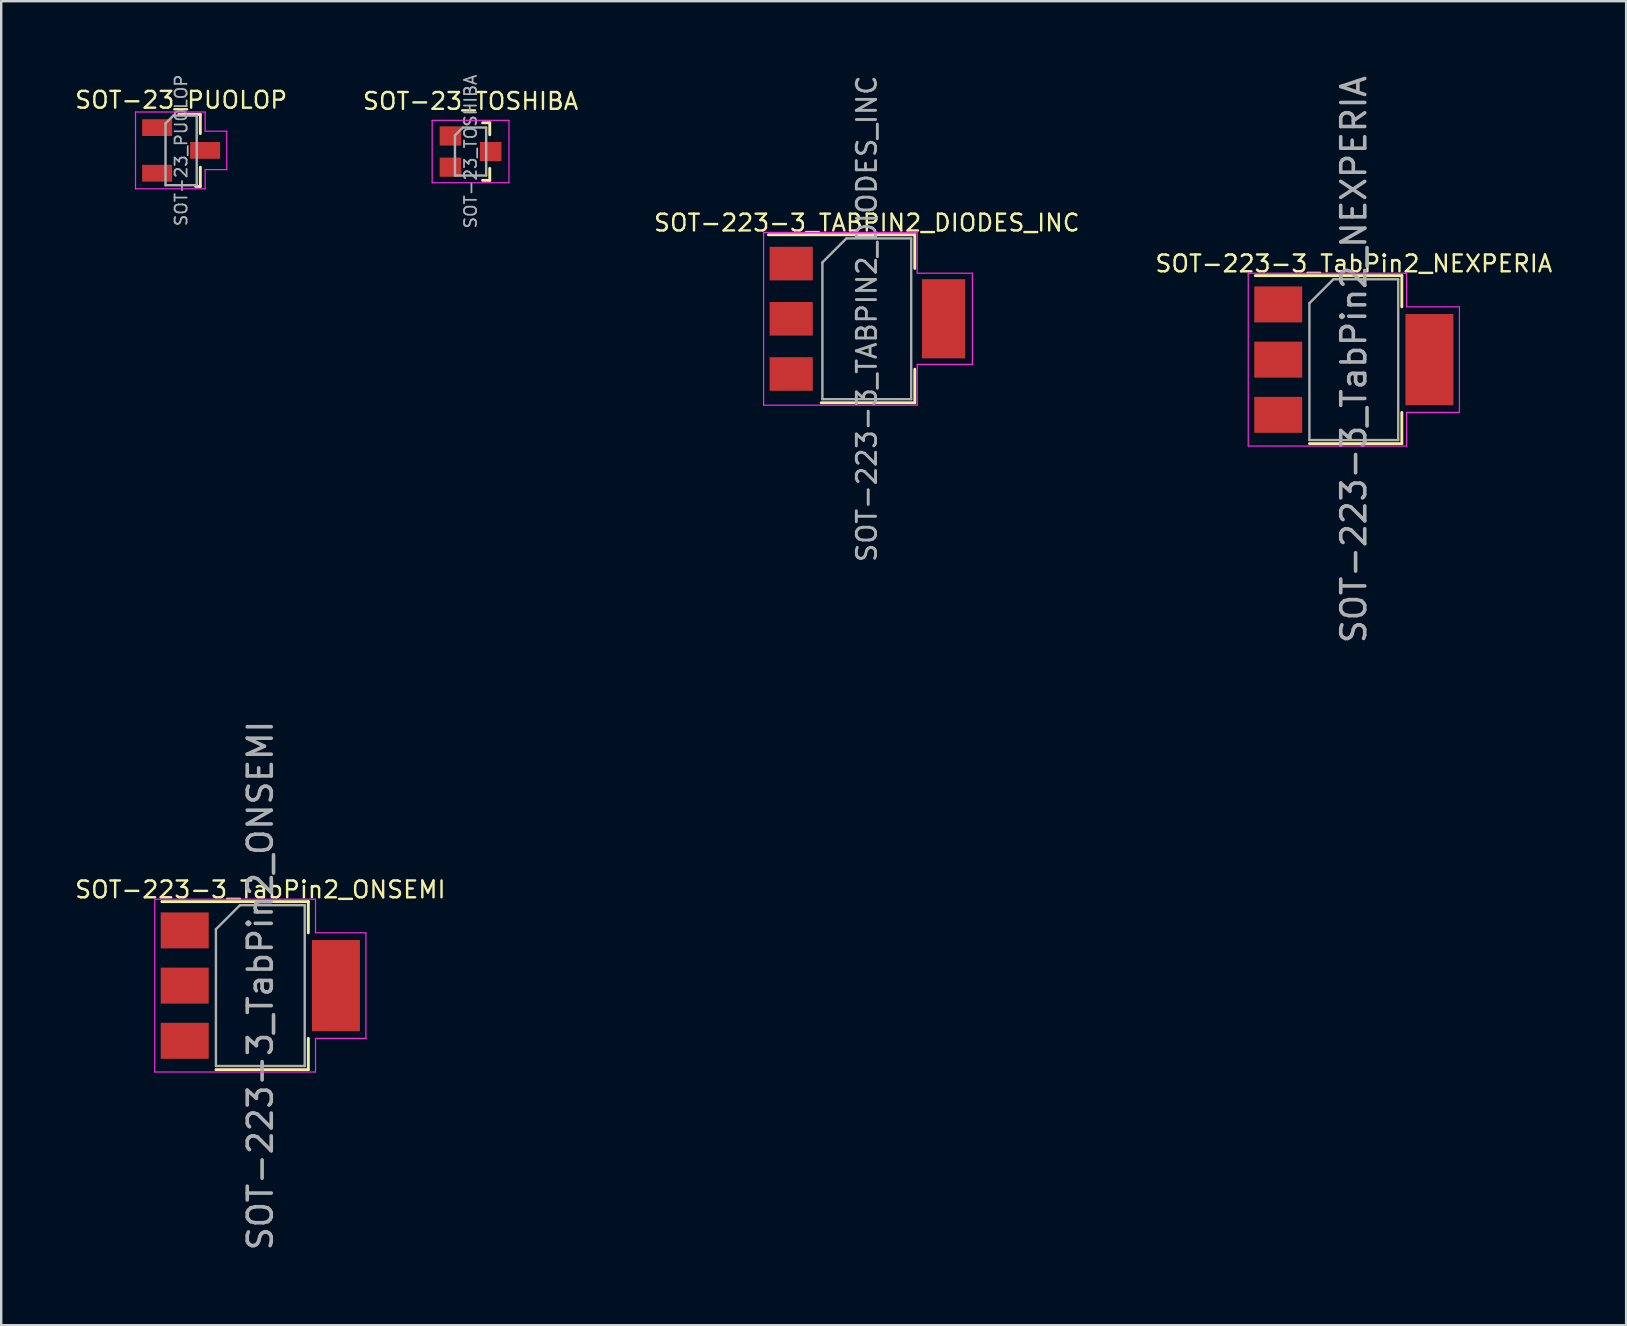
<source format=kicad_pcb>
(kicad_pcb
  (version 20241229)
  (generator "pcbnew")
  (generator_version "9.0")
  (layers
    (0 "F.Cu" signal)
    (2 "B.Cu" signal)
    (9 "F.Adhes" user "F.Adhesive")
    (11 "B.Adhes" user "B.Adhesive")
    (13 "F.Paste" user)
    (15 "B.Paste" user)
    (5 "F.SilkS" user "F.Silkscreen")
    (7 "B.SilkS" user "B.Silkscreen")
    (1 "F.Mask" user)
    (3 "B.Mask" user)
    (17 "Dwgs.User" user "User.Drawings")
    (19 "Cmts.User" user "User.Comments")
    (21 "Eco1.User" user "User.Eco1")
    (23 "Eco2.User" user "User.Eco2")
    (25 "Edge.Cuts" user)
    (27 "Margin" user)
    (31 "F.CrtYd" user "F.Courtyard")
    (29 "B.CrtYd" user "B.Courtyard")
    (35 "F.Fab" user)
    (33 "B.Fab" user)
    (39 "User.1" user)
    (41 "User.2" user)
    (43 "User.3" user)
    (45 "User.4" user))
  (footprint "SOT-23_PUOLOP"
    (layer "F.Cu")
    (at 4.497 3.217)
    (property "Reference" "SOT-23_PUOLOP" (at 0 -2.1 0) (layer "F.SilkS") (effects (font (size 0.7 0.7) (thickness 0.1))))
    (attr smd)
    (fp_line (start -0.1 -1.5) (end 0.8 -1.5) (stroke (width 0.12) (type solid)) (layer "F.SilkS"))
    (fp_line (start 0.8 -1.5) (end 0.8 -0.7) (stroke (width 0.12) (type solid)) (layer "F.SilkS"))
    (fp_line (start 0.8 0.7) (end 0.8 1.5) (stroke (width 0.12) (type solid)) (layer "F.SilkS"))
    (fp_line (start 0.8 1.5) (end 0.6 1.5) (stroke (width 0.12) (type solid)) (layer "F.SilkS"))
    (fp_line (start -1.9 -1.6) (end -1.9 1.6) (stroke (width 0.05) (type solid)) (layer "F.CrtYd"))
    (fp_line (start -1.9 1.6) (end 1 1.6) (stroke (width 0.05) (type solid)) (layer "F.CrtYd"))
    (fp_line (start 1 -1.6) (end -1.9 -1.6) (stroke (width 0.05) (type solid)) (layer "F.CrtYd"))
    (fp_line (start 1 -1.6) (end 1 -0.8) (stroke (width 0.05) (type solid)) (layer "F.CrtYd"))
    (fp_line (start 1 -0.8) (end 1.9 -0.8) (stroke (width 0.05) (type solid)) (layer "F.CrtYd"))
    (fp_line (start 1 0.8) (end 1 1.6) (stroke (width 0.05) (type solid)) (layer "F.CrtYd"))
    (fp_line (start 1.9 0.8) (end 1 0.8) (stroke (width 0.05) (type solid)) (layer "F.CrtYd"))
    (fp_line (start 1.9 0.8) (end 1.9 -0.8) (stroke (width 0.05) (type solid)) (layer "F.CrtYd"))
    (fp_line (start -0.65 -1.125) (end -0.325 -1.45) (stroke (width 0.1) (type solid)) (layer "F.Fab"))
    (fp_line (start -0.65 1.45) (end -0.65 -1.125) (stroke (width 0.1) (type solid)) (layer "F.Fab"))
    (fp_line (start -0.325 -1.45) (end 0.65 -1.45) (stroke (width 0.1) (type solid)) (layer "F.Fab"))
    (fp_line (start 0.65 -1.45) (end 0.65 1.45) (stroke (width 0.1) (type solid)) (layer "F.Fab"))
    (fp_line (start 0.65 1.45) (end -0.65 1.45) (stroke (width 0.1) (type solid)) (layer "F.Fab"))
    (fp_text user "${REFERENCE}" (at 0 0 90) (layer "F.Fab") (effects (font (size 0.5 0.5) (thickness 0.075))))
    (pad "1" smd rect (at -1 -0.95) (size 1.25 0.7) (layers "F.Cu" "F.Mask" "F.Paste"))
    (pad "2" smd rect (at -1 0.95) (size 1.25 0.7) (layers "F.Cu" "F.Mask" "F.Paste"))
    (pad "3" smd rect (at 1 0) (size 1.25 0.7) (layers "F.Cu" "F.Mask" "F.Paste")))
  (footprint "SOT-223-3_TabPin2_ONSEMI"
    (layer "F.Cu")
    (at 7.797 38.018)
    (property "Reference" "SOT-223-3_TabPin2_ONSEMI" (at 0 -4 0) (layer "F.SilkS") (effects (font (size 0.7 0.7) (thickness 0.1))))
    (attr smd)
    (fp_line (start -4.105 -3.5) (end 2 -3.5) (stroke (width 0.12) (type solid)) (layer "F.SilkS"))
    (fp_line (start -1.85 3.5) (end 2 3.5) (stroke (width 0.12) (type solid)) (layer "F.SilkS"))
    (fp_line (start 2 -3.5) (end 2 -2.2) (stroke (width 0.12) (type solid)) (layer "F.SilkS"))
    (fp_line (start 2 3.5) (end 2 2.2) (stroke (width 0.12) (type solid)) (layer "F.SilkS"))
    (fp_line (start -4.4 -3.6) (end -4.4 3.6) (stroke (width 0.05) (type solid)) (layer "F.CrtYd"))
    (fp_line (start -4.4 3.6) (end 2.3 3.6) (stroke (width 0.05) (type solid)) (layer "F.CrtYd"))
    (fp_line (start 2.3 -3.6) (end -4.4 -3.6) (stroke (width 0.05) (type solid)) (layer "F.CrtYd"))
    (fp_line (start 2.3 -3.6) (end 2.3 -2.2) (stroke (width 0.05) (type solid)) (layer "F.CrtYd"))
    (fp_line (start 2.3 -2.2) (end 4.4 -2.2) (stroke (width 0.05) (type solid)) (layer "F.CrtYd"))
    (fp_line (start 2.3 2.2) (end 4.4 2.2) (stroke (width 0.05) (type solid)) (layer "F.CrtYd"))
    (fp_line (start 2.3 3.6) (end 2.3 2.2) (stroke (width 0.05) (type solid)) (layer "F.CrtYd"))
    (fp_line (start 4.4 2.2) (end 4.4 -2.2) (stroke (width 0.05) (type solid)) (layer "F.CrtYd"))
    (fp_line (start -1.85 -2.35) (end -1.85 3.35) (stroke (width 0.1) (type solid)) (layer "F.Fab"))
    (fp_line (start -1.85 -2.35) (end -0.85 -3.35) (stroke (width 0.1) (type solid)) (layer "F.Fab"))
    (fp_line (start -1.85 3.35) (end 1.85 3.35) (stroke (width 0.1) (type solid)) (layer "F.Fab"))
    (fp_line (start -0.85 -3.35) (end 1.85 -3.35) (stroke (width 0.1) (type solid)) (layer "F.Fab"))
    (fp_line (start 1.85 -3.35) (end 1.85 3.35) (stroke (width 0.1) (type solid)) (layer "F.Fab"))
    (fp_text user "${REFERENCE}" (at 0 0 90) (layer "F.Fab") (effects (font (size 1 1) (thickness 0.15))))
    (pad "1" smd rect (at -3.15 -2.3) (size 2 1.5) (layers "F.Cu" "F.Mask" "F.Paste"))
    (pad "2" smd rect (at -3.15 0) (size 2 1.5) (layers "F.Cu" "F.Mask" "F.Paste"))
    (pad "2" smd rect (at 3.15 0) (size 2 3.8) (layers "F.Cu" "F.Mask" "F.Paste"))
    (pad "3" smd rect (at -3.15 2.3) (size 2 1.5) (layers "F.Cu" "F.Mask" "F.Paste")))
  (footprint "SOT-23_TOSHIBA"
    (layer "F.Cu")
    (at 16.557 3.265)
    (property "Reference" "SOT-23_TOSHIBA" (at 0 -2.1 0) (layer "F.SilkS") (effects (font (size 0.7 0.7) (thickness 0.1))))
    (attr smd)
    (fp_line (start 0.5 -1.2) (end 0.8 -1.2) (stroke (width 0.12) (type solid)) (layer "F.SilkS"))
    (fp_line (start 0.8 -1.2) (end 0.8 -0.7) (stroke (width 0.12) (type solid)) (layer "F.SilkS"))
    (fp_line (start 0.8 0.7) (end 0.8 1.2) (stroke (width 0.12) (type solid)) (layer "F.SilkS"))
    (fp_line (start 0.8 1.2) (end 0.5 1.2) (stroke (width 0.12) (type solid)) (layer "F.SilkS"))
    (fp_line (start -1.6 -1.3) (end -1.6 1.3) (stroke (width 0.05) (type solid)) (layer "F.CrtYd"))
    (fp_line (start -1.6 1.3) (end 1.6 1.3) (stroke (width 0.05) (type solid)) (layer "F.CrtYd"))
    (fp_line (start 1.6 -1.3) (end -1.6 -1.3) (stroke (width 0.05) (type solid)) (layer "F.CrtYd"))
    (fp_line (start 1.6 1.3) (end 1.6 -1.3) (stroke (width 0.05) (type solid)) (layer "F.CrtYd"))
    (fp_line (start -0.65 -0.675) (end -0.325 -1) (stroke (width 0.1) (type solid)) (layer "F.Fab"))
    (fp_line (start -0.65 1) (end -0.65 -0.675) (stroke (width 0.1) (type solid)) (layer "F.Fab"))
    (fp_line (start -0.325 -1) (end 0.65 -1) (stroke (width 0.1) (type solid)) (layer "F.Fab"))
    (fp_line (start 0.65 -1) (end 0.65 1) (stroke (width 0.1) (type solid)) (layer "F.Fab"))
    (fp_line (start 0.65 1) (end -0.65 1) (stroke (width 0.1) (type solid)) (layer "F.Fab"))
    (fp_text user "${REFERENCE}" (at 0 0 90) (layer "F.Fab") (effects (font (size 0.5 0.5) (thickness 0.075))))
    (pad "1" smd rect (at -0.838 -0.65) (size 0.9 0.8) (layers "F.Cu" "F.Mask" "F.Paste"))
    (pad "2" smd rect (at -0.838 0.65) (size 0.9 0.8) (layers "F.Cu" "F.Mask" "F.Paste"))
    (pad "3" smd rect (at 0.838 0) (size 0.9 0.8) (layers "F.Cu" "F.Mask" "F.Paste")))
  (footprint "SOT-223-3_TabPin2_NEXPERIA"
    (layer "F.Cu")
    (at 53.36 11.935)
    (property "Reference" "SOT-223-3_TabPin2_NEXPERIA" (at 0 -4 0) (layer "F.SilkS") (effects (font (size 0.7 0.7) (thickness 0.1))))
    (attr smd)
    (fp_line (start -4.105 -3.5) (end 2 -3.5) (stroke (width 0.12) (type solid)) (layer "F.SilkS"))
    (fp_line (start -1.85 3.5) (end 2 3.5) (stroke (width 0.12) (type solid)) (layer "F.SilkS"))
    (fp_line (start 2 -3.5) (end 2 -2.2) (stroke (width 0.12) (type solid)) (layer "F.SilkS"))
    (fp_line (start 2 3.5) (end 2 2.2) (stroke (width 0.12) (type solid)) (layer "F.SilkS"))
    (fp_line (start -4.4 -3.6) (end -4.4 3.6) (stroke (width 0.05) (type solid)) (layer "F.CrtYd"))
    (fp_line (start -4.4 3.6) (end 2.2 3.6) (stroke (width 0.05) (type solid)) (layer "F.CrtYd"))
    (fp_line (start 2.2 -3.6) (end -4.4 -3.6) (stroke (width 0.05) (type solid)) (layer "F.CrtYd"))
    (fp_line (start 2.2 -2.2) (end 2.2 -3.6) (stroke (width 0.05) (type solid)) (layer "F.CrtYd"))
    (fp_line (start 2.2 -2.2) (end 4.4 -2.2) (stroke (width 0.05) (type solid)) (layer "F.CrtYd"))
    (fp_line (start 2.2 2.2) (end 4.4 2.2) (stroke (width 0.05) (type solid)) (layer "F.CrtYd"))
    (fp_line (start 2.2 3.6) (end 2.2 2.2) (stroke (width 0.05) (type solid)) (layer "F.CrtYd"))
    (fp_line (start 4.4 2.2) (end 4.4 -2.2) (stroke (width 0.05) (type solid)) (layer "F.CrtYd"))
    (fp_line (start -1.85 -2.35) (end -1.85 3.35) (stroke (width 0.1) (type solid)) (layer "F.Fab"))
    (fp_line (start -1.85 -2.35) (end -0.85 -3.35) (stroke (width 0.1) (type solid)) (layer "F.Fab"))
    (fp_line (start -1.85 3.35) (end 1.85 3.35) (stroke (width 0.1) (type solid)) (layer "F.Fab"))
    (fp_line (start -0.85 -3.35) (end 1.85 -3.35) (stroke (width 0.1) (type solid)) (layer "F.Fab"))
    (fp_line (start 1.85 -3.35) (end 1.85 3.35) (stroke (width 0.1) (type solid)) (layer "F.Fab"))
    (fp_text user "${REFERENCE}" (at 0 0 90) (layer "F.Fab") (effects (font (size 1 1) (thickness 0.15))))
    (pad "1" smd rect (at -3.15 -2.3) (size 2 1.5) (layers "F.Cu" "F.Mask" "F.Paste"))
    (pad "2" smd rect (at -3.15 0) (size 2 1.5) (layers "F.Cu" "F.Mask" "F.Paste"))
    (pad "2" smd rect (at 3.15 0) (size 2 3.8) (layers "F.Cu" "F.Mask" "F.Paste"))
    (pad "3" smd rect (at -3.15 2.3) (size 2 1.5) (layers "F.Cu" "F.Mask" "F.Paste")))
  (footprint "SOT-223-3_TABPIN2_DIODES_INC"
    (layer "F.Cu")
    (at 33.067 10.233)
    (property "Reference" "SOT-223-3_TABPIN2_DIODES_INC" (at 0 -4 0) (layer "F.SilkS") (effects (font (size 0.7 0.7) (thickness 0.1))))
    (attr smd)
    (fp_line (start -4.1 -3.5) (end 2 -3.5) (stroke (width 0.12) (type solid)) (layer "F.SilkS"))
    (fp_line (start -1.9 3.5) (end 2 3.5) (stroke (width 0.12) (type solid)) (layer "F.SilkS"))
    (fp_line (start 2 -3.5) (end 2 -2.1) (stroke (width 0.12) (type solid)) (layer "F.SilkS"))
    (fp_line (start 2 3.5) (end 2 2.1) (stroke (width 0.12) (type solid)) (layer "F.SilkS"))
    (fp_line (start -4.3 -3.6) (end -4.3 3.6) (stroke (width 0.05) (type solid)) (layer "F.CrtYd"))
    (fp_line (start -4.3 3.6) (end 2.1 3.6) (stroke (width 0.05) (type solid)) (layer "F.CrtYd"))
    (fp_line (start 2.1 -3.6) (end -4.3 -3.6) (stroke (width 0.05) (type solid)) (layer "F.CrtYd"))
    (fp_line (start 2.1 -3.6) (end 2.1 -1.9) (stroke (width 0.05) (type solid)) (layer "F.CrtYd"))
    (fp_line (start 2.1 -1.9) (end 4.4 -1.9) (stroke (width 0.05) (type solid)) (layer "F.CrtYd"))
    (fp_line (start 2.1 1.9) (end 2.1 3.6) (stroke (width 0.05) (type solid)) (layer "F.CrtYd"))
    (fp_line (start 4.4 1.9) (end 2.1 1.9) (stroke (width 0.05) (type solid)) (layer "F.CrtYd"))
    (fp_line (start 4.4 1.9) (end 4.4 -1.9) (stroke (width 0.05) (type solid)) (layer "F.CrtYd"))
    (fp_line (start -1.85 -2.35) (end -1.85 3.35) (stroke (width 0.1) (type solid)) (layer "F.Fab"))
    (fp_line (start -1.85 -2.35) (end -0.85 -3.35) (stroke (width 0.1) (type solid)) (layer "F.Fab"))
    (fp_line (start -1.85 3.35) (end 1.85 3.35) (stroke (width 0.1) (type solid)) (layer "F.Fab"))
    (fp_line (start -0.85 -3.35) (end 1.85 -3.35) (stroke (width 0.1) (type solid)) (layer "F.Fab"))
    (fp_line (start 1.85 -3.35) (end 1.85 3.35) (stroke (width 0.1) (type solid)) (layer "F.Fab"))
    (fp_text user "${REFERENCE}" (at 0 0 90) (layer "F.Fab") (effects (font (size 0.8 0.8) (thickness 0.12))))
    (pad "1" smd rect (at -3.15 -2.3) (size 1.8 1.4) (layers "F.Cu" "F.Mask" "F.Paste"))
    (pad "2" smd rect (at -3.15 0) (size 1.8 1.4) (layers "F.Cu" "F.Mask" "F.Paste"))
    (pad "2" smd rect (at 3.2 0) (size 1.8 3.3) (layers "F.Cu" "F.Mask" "F.Paste"))
    (pad "3" smd rect (at -3.15 2.3) (size 1.8 1.4) (layers "F.Cu" "F.Mask" "F.Paste")))
  (gr_rect
    (start -3 -3)
    (end 64.707 52.167)
    (stroke (width 0.1) (type default))
    (fill no)
    (layer "Edge.Cuts")))
</source>
